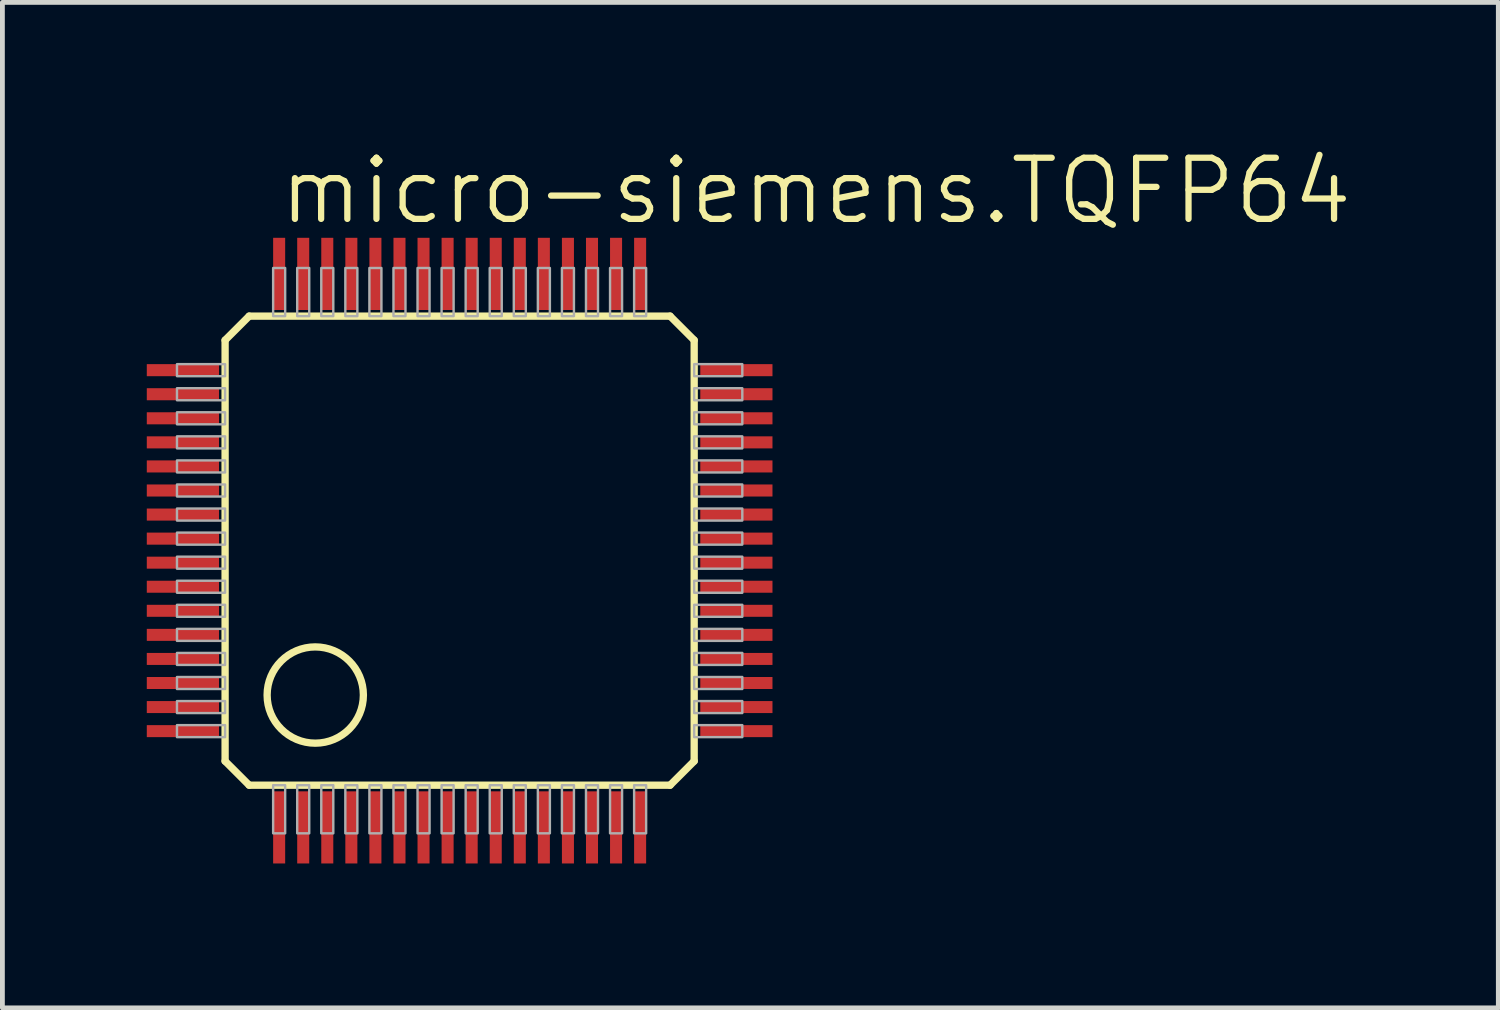
<source format=kicad_pcb>
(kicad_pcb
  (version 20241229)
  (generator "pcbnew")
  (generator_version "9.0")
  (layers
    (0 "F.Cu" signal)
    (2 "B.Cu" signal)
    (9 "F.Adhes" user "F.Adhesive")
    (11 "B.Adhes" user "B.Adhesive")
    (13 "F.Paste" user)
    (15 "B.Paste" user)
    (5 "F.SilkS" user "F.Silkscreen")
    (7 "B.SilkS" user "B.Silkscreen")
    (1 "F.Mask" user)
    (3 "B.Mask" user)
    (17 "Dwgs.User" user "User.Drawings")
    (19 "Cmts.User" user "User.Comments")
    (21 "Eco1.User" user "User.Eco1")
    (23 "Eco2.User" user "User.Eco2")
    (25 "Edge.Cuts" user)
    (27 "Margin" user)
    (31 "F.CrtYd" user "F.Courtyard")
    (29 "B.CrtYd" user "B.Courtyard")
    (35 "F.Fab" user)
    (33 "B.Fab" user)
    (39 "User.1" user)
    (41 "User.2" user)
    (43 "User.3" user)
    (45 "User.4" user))
  (footprint "micro-siemens.TQFP64"
    (layer "F.Cu")
    (at 6.5 8.391)
    (property "Reference" "micro-siemens.TQFP64" (at -3.81 -6.731 0) (layer "F.SilkS") (effects (font (size 1.27 1.27) (thickness 0.13)) (justify left bottom)))
    (attr smd)
    (fp_line (start -4.873 -4.373) (end -4.873 4.373) (stroke (width 0.152) (type default)) (layer "F.SilkS"))
    (fp_line (start -4.873 4.373) (end -4.373 4.873) (stroke (width 0.152) (type default)) (layer "F.SilkS"))
    (fp_line (start -4.373 -4.873) (end -4.873 -4.373) (stroke (width 0.152) (type default)) (layer "F.SilkS"))
    (fp_line (start -4.373 4.873) (end 4.373 4.873) (stroke (width 0.152) (type default)) (layer "F.SilkS"))
    (fp_line (start 4.373 -4.873) (end -4.373 -4.873) (stroke (width 0.152) (type default)) (layer "F.SilkS"))
    (fp_line (start 4.373 4.873) (end 4.873 4.373) (stroke (width 0.152) (type default)) (layer "F.SilkS"))
    (fp_line (start 4.873 -4.373) (end 4.373 -4.873) (stroke (width 0.152) (type default)) (layer "F.SilkS"))
    (fp_line (start 4.873 4.373) (end 4.873 -4.373) (stroke (width 0.152) (type default)) (layer "F.SilkS"))
    (fp_circle (center -3 3) (end -2 3) (stroke (width 0.152) (type default)) (fill no) (layer "F.SilkS"))
    (fp_rect (start -5.873 -3.625) (end -4.873 -3.875) (stroke (width 0.05) (type default)) (fill no) (layer "F.Fab"))
    (fp_rect (start -5.873 -3.125) (end -4.873 -3.375) (stroke (width 0.05) (type default)) (fill no) (layer "F.Fab"))
    (fp_rect (start -5.873 -2.625) (end -4.873 -2.875) (stroke (width 0.05) (type default)) (fill no) (layer "F.Fab"))
    (fp_rect (start -5.873 -2.125) (end -4.873 -2.375) (stroke (width 0.05) (type default)) (fill no) (layer "F.Fab"))
    (fp_rect (start -5.873 -1.625) (end -4.873 -1.875) (stroke (width 0.05) (type default)) (fill no) (layer "F.Fab"))
    (fp_rect (start -5.873 -1.125) (end -4.873 -1.375) (stroke (width 0.05) (type default)) (fill no) (layer "F.Fab"))
    (fp_rect (start -5.873 -0.625) (end -4.873 -0.875) (stroke (width 0.05) (type default)) (fill no) (layer "F.Fab"))
    (fp_rect (start -5.873 -0.125) (end -4.873 -0.375) (stroke (width 0.05) (type default)) (fill no) (layer "F.Fab"))
    (fp_rect (start -5.873 0.375) (end -4.873 0.125) (stroke (width 0.05) (type default)) (fill no) (layer "F.Fab"))
    (fp_rect (start -5.873 0.875) (end -4.873 0.625) (stroke (width 0.05) (type default)) (fill no) (layer "F.Fab"))
    (fp_rect (start -5.873 1.375) (end -4.873 1.125) (stroke (width 0.05) (type default)) (fill no) (layer "F.Fab"))
    (fp_rect (start -5.873 1.875) (end -4.873 1.625) (stroke (width 0.05) (type default)) (fill no) (layer "F.Fab"))
    (fp_rect (start -5.873 2.375) (end -4.873 2.125) (stroke (width 0.05) (type default)) (fill no) (layer "F.Fab"))
    (fp_rect (start -5.873 2.875) (end -4.873 2.625) (stroke (width 0.05) (type default)) (fill no) (layer "F.Fab"))
    (fp_rect (start -5.873 3.375) (end -4.873 3.125) (stroke (width 0.05) (type default)) (fill no) (layer "F.Fab"))
    (fp_rect (start -5.873 3.875) (end -4.873 3.625) (stroke (width 0.05) (type default)) (fill no) (layer "F.Fab"))
    (fp_rect (start -3.875 -4.873) (end -3.625 -5.873) (stroke (width 0.05) (type default)) (fill no) (layer "F.Fab"))
    (fp_rect (start -3.875 5.873) (end -3.625 4.873) (stroke (width 0.05) (type default)) (fill no) (layer "F.Fab"))
    (fp_rect (start -3.375 -4.873) (end -3.125 -5.873) (stroke (width 0.05) (type default)) (fill no) (layer "F.Fab"))
    (fp_rect (start -3.375 5.873) (end -3.125 4.873) (stroke (width 0.05) (type default)) (fill no) (layer "F.Fab"))
    (fp_rect (start -2.875 -4.873) (end -2.625 -5.873) (stroke (width 0.05) (type default)) (fill no) (layer "F.Fab"))
    (fp_rect (start -2.875 5.873) (end -2.625 4.873) (stroke (width 0.05) (type default)) (fill no) (layer "F.Fab"))
    (fp_rect (start -2.375 -4.873) (end -2.125 -5.873) (stroke (width 0.05) (type default)) (fill no) (layer "F.Fab"))
    (fp_rect (start -2.375 5.873) (end -2.125 4.873) (stroke (width 0.05) (type default)) (fill no) (layer "F.Fab"))
    (fp_rect (start -1.875 -4.873) (end -1.625 -5.873) (stroke (width 0.05) (type default)) (fill no) (layer "F.Fab"))
    (fp_rect (start -1.875 5.873) (end -1.625 4.873) (stroke (width 0.05) (type default)) (fill no) (layer "F.Fab"))
    (fp_rect (start -1.375 -4.873) (end -1.125 -5.873) (stroke (width 0.05) (type default)) (fill no) (layer "F.Fab"))
    (fp_rect (start -1.375 5.873) (end -1.125 4.873) (stroke (width 0.05) (type default)) (fill no) (layer "F.Fab"))
    (fp_rect (start -0.875 -4.873) (end -0.625 -5.873) (stroke (width 0.05) (type default)) (fill no) (layer "F.Fab"))
    (fp_rect (start -0.875 5.873) (end -0.625 4.873) (stroke (width 0.05) (type default)) (fill no) (layer "F.Fab"))
    (fp_rect (start -0.375 -4.873) (end -0.125 -5.873) (stroke (width 0.05) (type default)) (fill no) (layer "F.Fab"))
    (fp_rect (start -0.375 5.873) (end -0.125 4.873) (stroke (width 0.05) (type default)) (fill no) (layer "F.Fab"))
    (fp_rect (start 0.125 -4.873) (end 0.375 -5.873) (stroke (width 0.05) (type default)) (fill no) (layer "F.Fab"))
    (fp_rect (start 0.125 5.873) (end 0.375 4.873) (stroke (width 0.05) (type default)) (fill no) (layer "F.Fab"))
    (fp_rect (start 0.625 -4.873) (end 0.875 -5.873) (stroke (width 0.05) (type default)) (fill no) (layer "F.Fab"))
    (fp_rect (start 0.625 5.873) (end 0.875 4.873) (stroke (width 0.05) (type default)) (fill no) (layer "F.Fab"))
    (fp_rect (start 1.125 -4.873) (end 1.375 -5.873) (stroke (width 0.05) (type default)) (fill no) (layer "F.Fab"))
    (fp_rect (start 1.125 5.873) (end 1.375 4.873) (stroke (width 0.05) (type default)) (fill no) (layer "F.Fab"))
    (fp_rect (start 1.625 -4.873) (end 1.875 -5.873) (stroke (width 0.05) (type default)) (fill no) (layer "F.Fab"))
    (fp_rect (start 1.625 5.873) (end 1.875 4.873) (stroke (width 0.05) (type default)) (fill no) (layer "F.Fab"))
    (fp_rect (start 2.125 -4.873) (end 2.375 -5.873) (stroke (width 0.05) (type default)) (fill no) (layer "F.Fab"))
    (fp_rect (start 2.125 5.873) (end 2.375 4.873) (stroke (width 0.05) (type default)) (fill no) (layer "F.Fab"))
    (fp_rect (start 2.625 -4.873) (end 2.875 -5.873) (stroke (width 0.05) (type default)) (fill no) (layer "F.Fab"))
    (fp_rect (start 2.625 5.873) (end 2.875 4.873) (stroke (width 0.05) (type default)) (fill no) (layer "F.Fab"))
    (fp_rect (start 3.125 -4.873) (end 3.375 -5.873) (stroke (width 0.05) (type default)) (fill no) (layer "F.Fab"))
    (fp_rect (start 3.125 5.873) (end 3.375 4.873) (stroke (width 0.05) (type default)) (fill no) (layer "F.Fab"))
    (fp_rect (start 3.625 -4.873) (end 3.875 -5.873) (stroke (width 0.05) (type default)) (fill no) (layer "F.Fab"))
    (fp_rect (start 3.625 5.873) (end 3.875 4.873) (stroke (width 0.05) (type default)) (fill no) (layer "F.Fab"))
    (fp_rect (start 4.873 -3.625) (end 5.873 -3.875) (stroke (width 0.05) (type default)) (fill no) (layer "F.Fab"))
    (fp_rect (start 4.873 -3.125) (end 5.873 -3.375) (stroke (width 0.05) (type default)) (fill no) (layer "F.Fab"))
    (fp_rect (start 4.873 -2.625) (end 5.873 -2.875) (stroke (width 0.05) (type default)) (fill no) (layer "F.Fab"))
    (fp_rect (start 4.873 -2.125) (end 5.873 -2.375) (stroke (width 0.05) (type default)) (fill no) (layer "F.Fab"))
    (fp_rect (start 4.873 -1.625) (end 5.873 -1.875) (stroke (width 0.05) (type default)) (fill no) (layer "F.Fab"))
    (fp_rect (start 4.873 -1.125) (end 5.873 -1.375) (stroke (width 0.05) (type default)) (fill no) (layer "F.Fab"))
    (fp_rect (start 4.873 -0.625) (end 5.873 -0.875) (stroke (width 0.05) (type default)) (fill no) (layer "F.Fab"))
    (fp_rect (start 4.873 -0.125) (end 5.873 -0.375) (stroke (width 0.05) (type default)) (fill no) (layer "F.Fab"))
    (fp_rect (start 4.873 0.375) (end 5.873 0.125) (stroke (width 0.05) (type default)) (fill no) (layer "F.Fab"))
    (fp_rect (start 4.873 0.875) (end 5.873 0.625) (stroke (width 0.05) (type default)) (fill no) (layer "F.Fab"))
    (fp_rect (start 4.873 1.375) (end 5.873 1.125) (stroke (width 0.05) (type default)) (fill no) (layer "F.Fab"))
    (fp_rect (start 4.873 1.875) (end 5.873 1.625) (stroke (width 0.05) (type default)) (fill no) (layer "F.Fab"))
    (fp_rect (start 4.873 2.375) (end 5.873 2.125) (stroke (width 0.05) (type default)) (fill no) (layer "F.Fab"))
    (fp_rect (start 4.873 2.875) (end 5.873 2.625) (stroke (width 0.05) (type default)) (fill no) (layer "F.Fab"))
    (fp_rect (start 4.873 3.375) (end 5.873 3.125) (stroke (width 0.05) (type default)) (fill no) (layer "F.Fab"))
    (fp_rect (start 4.873 3.875) (end 5.873 3.625) (stroke (width 0.05) (type default)) (fill no) (layer "F.Fab"))
    (pad "1" smd roundrect (at -3.75 5.75) (size 0.25 1.5) (layers "F.Cu" "F.Mask" "F.Paste") (roundrect_rratio 0.01))
    (pad "2" smd roundrect (at -3.25 5.75) (size 0.25 1.5) (layers "F.Cu" "F.Mask" "F.Paste") (roundrect_rratio 0.01))
    (pad "3" smd roundrect (at -2.75 5.75) (size 0.25 1.5) (layers "F.Cu" "F.Mask" "F.Paste") (roundrect_rratio 0.01))
    (pad "4" smd roundrect (at -2.25 5.75) (size 0.25 1.5) (layers "F.Cu" "F.Mask" "F.Paste") (roundrect_rratio 0.01))
    (pad "5" smd roundrect (at -1.75 5.75) (size 0.25 1.5) (layers "F.Cu" "F.Mask" "F.Paste") (roundrect_rratio 0.01))
    (pad "6" smd roundrect (at -1.25 5.75) (size 0.25 1.5) (layers "F.Cu" "F.Mask" "F.Paste") (roundrect_rratio 0.01))
    (pad "7" smd roundrect (at -0.75 5.75) (size 0.25 1.5) (layers "F.Cu" "F.Mask" "F.Paste") (roundrect_rratio 0.01))
    (pad "8" smd roundrect (at -0.25 5.75) (size 0.25 1.5) (layers "F.Cu" "F.Mask" "F.Paste") (roundrect_rratio 0.01))
    (pad "9" smd roundrect (at 0.25 5.75) (size 0.25 1.5) (layers "F.Cu" "F.Mask" "F.Paste") (roundrect_rratio 0.01))
    (pad "10" smd roundrect (at 0.75 5.75) (size 0.25 1.5) (layers "F.Cu" "F.Mask" "F.Paste") (roundrect_rratio 0.01))
    (pad "11" smd roundrect (at 1.25 5.75) (size 0.25 1.5) (layers "F.Cu" "F.Mask" "F.Paste") (roundrect_rratio 0.01))
    (pad "12" smd roundrect (at 1.75 5.75) (size 0.25 1.5) (layers "F.Cu" "F.Mask" "F.Paste") (roundrect_rratio 0.01))
    (pad "13" smd roundrect (at 2.25 5.75) (size 0.25 1.5) (layers "F.Cu" "F.Mask" "F.Paste") (roundrect_rratio 0.01))
    (pad "14" smd roundrect (at 2.75 5.75) (size 0.25 1.5) (layers "F.Cu" "F.Mask" "F.Paste") (roundrect_rratio 0.01))
    (pad "15" smd roundrect (at 3.25 5.75) (size 0.25 1.5) (layers "F.Cu" "F.Mask" "F.Paste") (roundrect_rratio 0.01))
    (pad "16" smd roundrect (at 3.75 5.75) (size 0.25 1.5) (layers "F.Cu" "F.Mask" "F.Paste") (roundrect_rratio 0.01))
    (pad "17" smd roundrect (at 5.75 3.75) (size 1.5 0.25) (layers "F.Cu" "F.Mask" "F.Paste") (roundrect_rratio 0.01))
    (pad "18" smd roundrect (at 5.75 3.25) (size 1.5 0.25) (layers "F.Cu" "F.Mask" "F.Paste") (roundrect_rratio 0.01))
    (pad "19" smd roundrect (at 5.75 2.75) (size 1.5 0.25) (layers "F.Cu" "F.Mask" "F.Paste") (roundrect_rratio 0.01))
    (pad "20" smd roundrect (at 5.75 2.25) (size 1.5 0.25) (layers "F.Cu" "F.Mask" "F.Paste") (roundrect_rratio 0.01))
    (pad "21" smd roundrect (at 5.75 1.75) (size 1.5 0.25) (layers "F.Cu" "F.Mask" "F.Paste") (roundrect_rratio 0.01))
    (pad "22" smd roundrect (at 5.75 1.25) (size 1.5 0.25) (layers "F.Cu" "F.Mask" "F.Paste") (roundrect_rratio 0.01))
    (pad "23" smd roundrect (at 5.75 0.75) (size 1.5 0.25) (layers "F.Cu" "F.Mask" "F.Paste") (roundrect_rratio 0.01))
    (pad "24" smd roundrect (at 5.75 0.25) (size 1.5 0.25) (layers "F.Cu" "F.Mask" "F.Paste") (roundrect_rratio 0.01))
    (pad "25" smd roundrect (at 5.75 -0.25) (size 1.5 0.25) (layers "F.Cu" "F.Mask" "F.Paste") (roundrect_rratio 0.01))
    (pad "26" smd roundrect (at 5.75 -0.75) (size 1.5 0.25) (layers "F.Cu" "F.Mask" "F.Paste") (roundrect_rratio 0.01))
    (pad "27" smd roundrect (at 5.75 -1.25) (size 1.5 0.25) (layers "F.Cu" "F.Mask" "F.Paste") (roundrect_rratio 0.01))
    (pad "28" smd roundrect (at 5.75 -1.75) (size 1.5 0.25) (layers "F.Cu" "F.Mask" "F.Paste") (roundrect_rratio 0.01))
    (pad "29" smd roundrect (at 5.75 -2.25) (size 1.5 0.25) (layers "F.Cu" "F.Mask" "F.Paste") (roundrect_rratio 0.01))
    (pad "30" smd roundrect (at 5.75 -2.75) (size 1.5 0.25) (layers "F.Cu" "F.Mask" "F.Paste") (roundrect_rratio 0.01))
    (pad "31" smd roundrect (at 5.75 -3.25) (size 1.5 0.25) (layers "F.Cu" "F.Mask" "F.Paste") (roundrect_rratio 0.01))
    (pad "32" smd roundrect (at 5.75 -3.75) (size 1.5 0.25) (layers "F.Cu" "F.Mask" "F.Paste") (roundrect_rratio 0.01))
    (pad "33" smd roundrect (at 3.75 -5.75) (size 0.25 1.5) (layers "F.Cu" "F.Mask" "F.Paste") (roundrect_rratio 0.01))
    (pad "34" smd roundrect (at 3.25 -5.75) (size 0.25 1.5) (layers "F.Cu" "F.Mask" "F.Paste") (roundrect_rratio 0.01))
    (pad "35" smd roundrect (at 2.75 -5.75) (size 0.25 1.5) (layers "F.Cu" "F.Mask" "F.Paste") (roundrect_rratio 0.01))
    (pad "36" smd roundrect (at 2.25 -5.75) (size 0.25 1.5) (layers "F.Cu" "F.Mask" "F.Paste") (roundrect_rratio 0.01))
    (pad "37" smd roundrect (at 1.75 -5.75) (size 0.25 1.5) (layers "F.Cu" "F.Mask" "F.Paste") (roundrect_rratio 0.01))
    (pad "38" smd roundrect (at 1.25 -5.75) (size 0.25 1.5) (layers "F.Cu" "F.Mask" "F.Paste") (roundrect_rratio 0.01))
    (pad "39" smd roundrect (at 0.75 -5.75) (size 0.25 1.5) (layers "F.Cu" "F.Mask" "F.Paste") (roundrect_rratio 0.01))
    (pad "40" smd roundrect (at 0.25 -5.75) (size 0.25 1.5) (layers "F.Cu" "F.Mask" "F.Paste") (roundrect_rratio 0.01))
    (pad "41" smd roundrect (at -0.25 -5.75) (size 0.25 1.5) (layers "F.Cu" "F.Mask" "F.Paste") (roundrect_rratio 0.01))
    (pad "42" smd roundrect (at -0.75 -5.75) (size 0.25 1.5) (layers "F.Cu" "F.Mask" "F.Paste") (roundrect_rratio 0.01))
    (pad "43" smd roundrect (at -1.25 -5.75) (size 0.25 1.5) (layers "F.Cu" "F.Mask" "F.Paste") (roundrect_rratio 0.01))
    (pad "44" smd roundrect (at -1.75 -5.75) (size 0.25 1.5) (layers "F.Cu" "F.Mask" "F.Paste") (roundrect_rratio 0.01))
    (pad "45" smd roundrect (at -2.25 -5.75) (size 0.25 1.5) (layers "F.Cu" "F.Mask" "F.Paste") (roundrect_rratio 0.01))
    (pad "46" smd roundrect (at -2.75 -5.75) (size 0.25 1.5) (layers "F.Cu" "F.Mask" "F.Paste") (roundrect_rratio 0.01))
    (pad "47" smd roundrect (at -3.25 -5.75) (size 0.25 1.5) (layers "F.Cu" "F.Mask" "F.Paste") (roundrect_rratio 0.01))
    (pad "48" smd roundrect (at -3.75 -5.75) (size 0.25 1.5) (layers "F.Cu" "F.Mask" "F.Paste") (roundrect_rratio 0.01))
    (pad "49" smd roundrect (at -5.75 -3.75) (size 1.5 0.25) (layers "F.Cu" "F.Mask" "F.Paste") (roundrect_rratio 0.01))
    (pad "50" smd roundrect (at -5.75 -3.25) (size 1.5 0.25) (layers "F.Cu" "F.Mask" "F.Paste") (roundrect_rratio 0.01))
    (pad "51" smd roundrect (at -5.75 -2.75) (size 1.5 0.25) (layers "F.Cu" "F.Mask" "F.Paste") (roundrect_rratio 0.01))
    (pad "52" smd roundrect (at -5.75 -2.25) (size 1.5 0.25) (layers "F.Cu" "F.Mask" "F.Paste") (roundrect_rratio 0.01))
    (pad "53" smd roundrect (at -5.75 -1.75) (size 1.5 0.25) (layers "F.Cu" "F.Mask" "F.Paste") (roundrect_rratio 0.01))
    (pad "54" smd roundrect (at -5.75 -1.25) (size 1.5 0.25) (layers "F.Cu" "F.Mask" "F.Paste") (roundrect_rratio 0.01))
    (pad "55" smd roundrect (at -5.75 -0.75) (size 1.5 0.25) (layers "F.Cu" "F.Mask" "F.Paste") (roundrect_rratio 0.01))
    (pad "56" smd roundrect (at -5.75 -0.25) (size 1.5 0.25) (layers "F.Cu" "F.Mask" "F.Paste") (roundrect_rratio 0.01))
    (pad "57" smd roundrect (at -5.75 0.25) (size 1.5 0.25) (layers "F.Cu" "F.Mask" "F.Paste") (roundrect_rratio 0.01))
    (pad "58" smd roundrect (at -5.75 0.75) (size 1.5 0.25) (layers "F.Cu" "F.Mask" "F.Paste") (roundrect_rratio 0.01))
    (pad "59" smd roundrect (at -5.75 1.25) (size 1.5 0.25) (layers "F.Cu" "F.Mask" "F.Paste") (roundrect_rratio 0.01))
    (pad "60" smd roundrect (at -5.75 1.75) (size 1.5 0.25) (layers "F.Cu" "F.Mask" "F.Paste") (roundrect_rratio 0.01))
    (pad "61" smd roundrect (at -5.75 2.25) (size 1.5 0.25) (layers "F.Cu" "F.Mask" "F.Paste") (roundrect_rratio 0.01))
    (pad "62" smd roundrect (at -5.75 2.75) (size 1.5 0.25) (layers "F.Cu" "F.Mask" "F.Paste") (roundrect_rratio 0.01))
    (pad "63" smd roundrect (at -5.75 3.25) (size 1.5 0.25) (layers "F.Cu" "F.Mask" "F.Paste") (roundrect_rratio 0.01))
    (pad "64" smd roundrect (at -5.75 3.75) (size 1.5 0.25) (layers "F.Cu" "F.Mask" "F.Paste") (roundrect_rratio 0.01)))
  (gr_rect
    (start -3 -3)
    (end 28.081 17.891)
    (stroke (width 0.1) (type default))
    (fill no)
    (layer "Edge.Cuts")))
</source>
